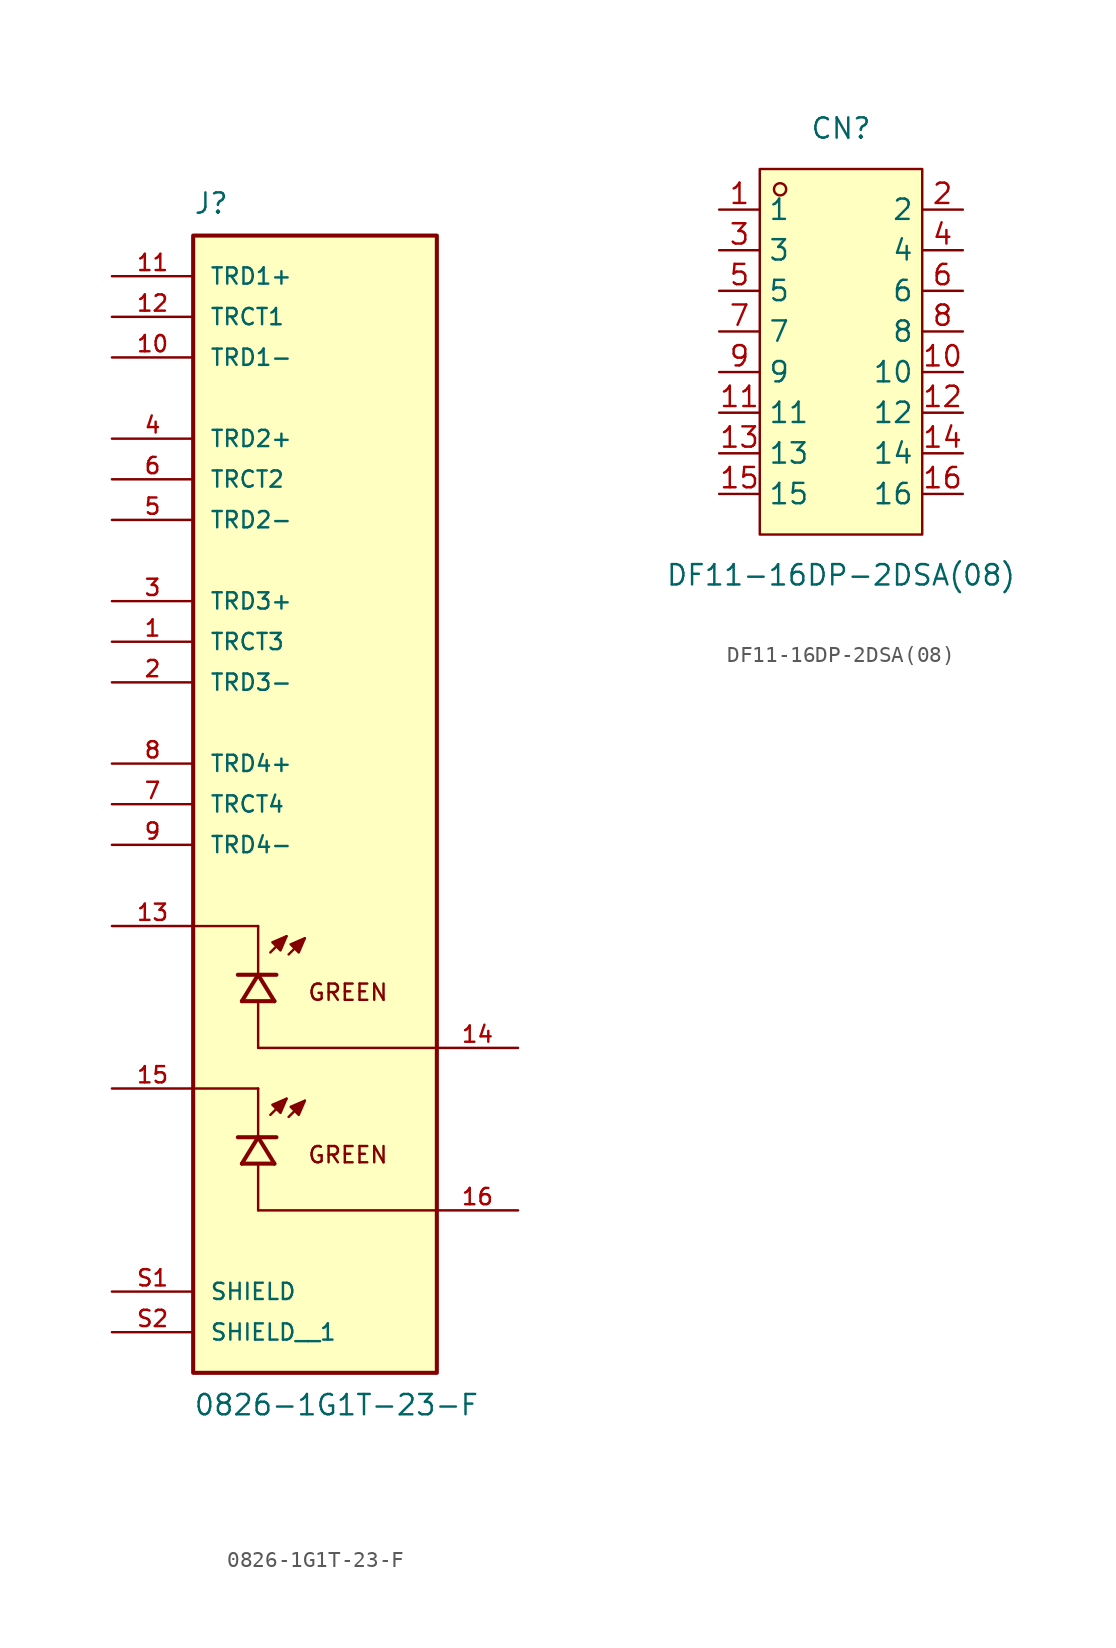
<source format=kicad_sym>
(kicad_symbol_lib
  (version 20241209)
  (generator "kicad_symbol_editor")
  (generator_version "9.0")
  (symbol "0826-1G1T-23-F"
    (pin_names
      (offset 1.016))
    (property "Reference" "J"
      (at -7.62 34.29 0)
      (effects (font (size 1.27 1.27)) (justify left bottom)))
    (property "Value" "0826-1G1T-23-F"
      (at -7.62 -39.37 0)
      (effects (font (size 1.27 1.27)) (justify left top)))
    (symbol "0826-1G1T-23-F_0_0"
      (rectangle (start -7.62 33.02) (end 7.62 -38.1) (stroke (width 0.254) (type default)) (fill (type background)))
      (polyline (pts (xy -3.556 -10.16) (xy -7.62 -10.16)) (stroke (width 0.152) (type default)) (fill (type none)))
      (polyline (pts (xy -3.556 -13.081) (xy -3.556 -10.16)) (stroke (width 0.152) (type default)) (fill (type none)))
      (polyline (pts (xy -3.556 -13.208) (xy -4.826 -13.208)) (stroke (width 0.254) (type default)) (fill (type none)))
      (polyline (pts (xy -3.556 -13.208) (xy -4.572 -14.859)) (stroke (width 0.254) (type default)) (fill (type none)))
      (polyline (pts (xy -3.556 -17.78) (xy -3.556 -14.986)) (stroke (width 0.152) (type default)) (fill (type none)))
      (polyline (pts (xy -3.556 -17.78) (xy 7.62 -17.78)) (stroke (width 0.152) (type default)) (fill (type none)))
      (polyline (pts (xy -3.556 -20.32) (xy -7.62 -20.32)) (stroke (width 0.152) (type default)) (fill (type none)))
      (polyline (pts (xy -3.556 -23.241) (xy -3.556 -20.32)) (stroke (width 0.152) (type default)) (fill (type none)))
      (polyline (pts (xy -3.556 -23.368) (xy -4.826 -23.368)) (stroke (width 0.254) (type default)) (fill (type none)))
      (polyline (pts (xy -3.556 -23.368) (xy -4.572 -25.019)) (stroke (width 0.254) (type default)) (fill (type none)))
      (polyline (pts (xy -3.556 -27.94) (xy -3.556 -25.146)) (stroke (width 0.152) (type default)) (fill (type none)))
      (polyline (pts (xy -3.556 -27.94) (xy 7.62 -27.94)) (stroke (width 0.152) (type default)) (fill (type none)))
      (polyline (pts (xy -2.794 -11.811) (xy -1.778 -10.795)) (stroke (width 0.152) (type default)) (fill (type none)))
      (polyline (pts (xy -2.794 -21.971) (xy -1.778 -20.955)) (stroke (width 0.152) (type default)) (fill (type none)))
      (polyline (pts (xy -2.54 -14.859) (xy -4.572 -14.859)) (stroke (width 0.254) (type default)) (fill (type none)))
      (polyline (pts (xy -2.54 -14.859) (xy -3.556 -13.208)) (stroke (width 0.254) (type default)) (fill (type none)))
      (polyline (pts (xy -2.54 -25.019) (xy -4.572 -25.019)) (stroke (width 0.254) (type default)) (fill (type none)))
      (polyline (pts (xy -2.54 -25.019) (xy -3.556 -23.368)) (stroke (width 0.254) (type default)) (fill (type none)))
      (polyline (pts (xy -2.413 -13.208) (xy -3.556 -13.208)) (stroke (width 0.254) (type default)) (fill (type none)))
      (polyline (pts (xy -2.413 -23.368) (xy -3.556 -23.368)) (stroke (width 0.254) (type default)) (fill (type none)))
      (polyline (pts (xy -1.778 -10.795) (xy -2.667 -11.176) (xy -2.159 -11.684) (xy -1.778 -10.795)) (stroke (width 0.152) (type default)) (fill (type outline)))
      (polyline (pts (xy -1.778 -20.955) (xy -2.667 -21.336) (xy -2.159 -21.844) (xy -1.778 -20.955)) (stroke (width 0.152) (type default)) (fill (type outline)))
      (polyline (pts (xy -1.651 -11.938) (xy -0.635 -10.922)) (stroke (width 0.152) (type default)) (fill (type none)))
      (polyline (pts (xy -1.651 -22.098) (xy -0.635 -21.082)) (stroke (width 0.152) (type default)) (fill (type none)))
      (polyline (pts (xy -0.635 -10.922) (xy -1.524 -11.303) (xy -1.016 -11.811) (xy -0.635 -10.922)) (stroke (width 0.152) (type default)) (fill (type outline)))
      (polyline (pts (xy -0.635 -21.082) (xy -1.524 -21.463) (xy -1.016 -21.971) (xy -0.635 -21.082)) (stroke (width 0.152) (type default)) (fill (type outline)))
      (text "GREEN" (at -0.508 -13.716 0) (effects (font (size 1.016 1.016)) (justify left top)))
      (text "GREEN" (at -0.508 -23.876 0) (effects (font (size 1.016 1.016)) (justify left top)))
      (pin passive line (at -12.7 30.48 0) (length 5.08) (name "TRD1+" (effects (font (size 1.016 1.016)))) (number "11" (effects (font (size 1.016 1.016)))))
      (pin passive line (at -12.7 27.94 0) (length 5.08) (name "TRCT1" (effects (font (size 1.016 1.016)))) (number "12" (effects (font (size 1.016 1.016)))))
      (pin passive line (at -12.7 25.4 0) (length 5.08) (name "TRD1-" (effects (font (size 1.016 1.016)))) (number "10" (effects (font (size 1.016 1.016)))))
      (pin passive line (at -12.7 20.32 0) (length 5.08) (name "TRD2+" (effects (font (size 1.016 1.016)))) (number "4" (effects (font (size 1.016 1.016)))))
      (pin passive line (at -12.7 17.78 0) (length 5.08) (name "TRCT2" (effects (font (size 1.016 1.016)))) (number "6" (effects (font (size 1.016 1.016)))))
      (pin passive line (at -12.7 15.24 0) (length 5.08) (name "TRD2-" (effects (font (size 1.016 1.016)))) (number "5" (effects (font (size 1.016 1.016)))))
      (pin passive line (at -12.7 10.16 0) (length 5.08) (name "TRD3+" (effects (font (size 1.016 1.016)))) (number "3" (effects (font (size 1.016 1.016)))))
      (pin passive line (at -12.7 7.62 0) (length 5.08) (name "TRCT3" (effects (font (size 1.016 1.016)))) (number "1" (effects (font (size 1.016 1.016)))))
      (pin passive line (at -12.7 5.08 0) (length 5.08) (name "TRD3-" (effects (font (size 1.016 1.016)))) (number "2" (effects (font (size 1.016 1.016)))))
      (pin passive line (at -12.7 0 0) (length 5.08) (name "TRD4+" (effects (font (size 1.016 1.016)))) (number "8" (effects (font (size 1.016 1.016)))))
      (pin passive line (at -12.7 -2.54 0) (length 5.08) (name "TRCT4" (effects (font (size 1.016 1.016)))) (number "7" (effects (font (size 1.016 1.016)))))
      (pin passive line (at -12.7 -5.08 0) (length 5.08) (name "TRD4-" (effects (font (size 1.016 1.016)))) (number "9" (effects (font (size 1.016 1.016)))))
      (pin passive line (at -12.7 -10.16 0) (length 5.08) (name "~" (effects (font (size 1.016 1.016)))) (number "13" (effects (font (size 1.016 1.016)))))
      (pin passive line (at -12.7 -20.32 0) (length 5.08) (name "~" (effects (font (size 1.016 1.016)))) (number "15" (effects (font (size 1.016 1.016)))))
      (pin passive line (at -12.7 -33.02 0) (length 5.08) (name "SHIELD" (effects (font (size 1.016 1.016)))) (number "S1" (effects (font (size 1.016 1.016)))))
      (pin passive line (at -12.7 -35.56 0) (length 5.08) (name "SHIELD__1" (effects (font (size 1.016 1.016)))) (number "S2" (effects (font (size 1.016 1.016)))))
      (pin passive line (at 12.7 -17.78 180) (length 5.08) (name "~" (effects (font (size 1.016 1.016)))) (number "14" (effects (font (size 1.016 1.016)))))
      (pin passive line (at 12.7 -27.94 180) (length 5.08) (name "~" (effects (font (size 1.016 1.016)))) (number "16" (effects (font (size 1.016 1.016)))))))
  (symbol "DF11-16DP-2DSA(08)"
    (property "Reference" "CN"
      (at 0 13.97 0)
      (effects (font (size 1.27 1.27))))
    (property "Value" "DF11-16DP-2DSA(08)"
      (at 0 -13.97 0)
      (effects (font (size 1.27 1.27))))
    (symbol "DF11-16DP-2DSA(08)_0_1"
      (rectangle (start -5.08 11.43) (end 5.08 -11.43) (stroke (width 0) (type default)) (fill (type background)))
      (circle (center -3.81 10.16) (radius 0.38) (stroke (width 0) (type default)) (fill (type none)))
      (pin unspecified line (at -7.62 8.89 0) (length 2.54) (name "1" (effects (font (size 1.27 1.27)))) (number "1" (effects (font (size 1.27 1.27)))))
      (pin unspecified line (at -7.62 6.35 0) (length 2.54) (name "3" (effects (font (size 1.27 1.27)))) (number "3" (effects (font (size 1.27 1.27)))))
      (pin unspecified line (at -7.62 3.81 0) (length 2.54) (name "5" (effects (font (size 1.27 1.27)))) (number "5" (effects (font (size 1.27 1.27)))))
      (pin unspecified line (at -7.62 1.27 0) (length 2.54) (name "7" (effects (font (size 1.27 1.27)))) (number "7" (effects (font (size 1.27 1.27)))))
      (pin unspecified line (at -7.62 -1.27 0) (length 2.54) (name "9" (effects (font (size 1.27 1.27)))) (number "9" (effects (font (size 1.27 1.27)))))
      (pin unspecified line (at -7.62 -3.81 0) (length 2.54) (name "11" (effects (font (size 1.27 1.27)))) (number "11" (effects (font (size 1.27 1.27)))))
      (pin unspecified line (at -7.62 -6.35 0) (length 2.54) (name "13" (effects (font (size 1.27 1.27)))) (number "13" (effects (font (size 1.27 1.27)))))
      (pin unspecified line (at -7.62 -8.89 0) (length 2.54) (name "15" (effects (font (size 1.27 1.27)))) (number "15" (effects (font (size 1.27 1.27)))))
      (pin unspecified line (at 7.62 8.89 180) (length 2.54) (name "2" (effects (font (size 1.27 1.27)))) (number "2" (effects (font (size 1.27 1.27)))))
      (pin unspecified line (at 7.62 6.35 180) (length 2.54) (name "4" (effects (font (size 1.27 1.27)))) (number "4" (effects (font (size 1.27 1.27)))))
      (pin unspecified line (at 7.62 3.81 180) (length 2.54) (name "6" (effects (font (size 1.27 1.27)))) (number "6" (effects (font (size 1.27 1.27)))))
      (pin unspecified line (at 7.62 1.27 180) (length 2.54) (name "8" (effects (font (size 1.27 1.27)))) (number "8" (effects (font (size 1.27 1.27)))))
      (pin unspecified line (at 7.62 -1.27 180) (length 2.54) (name "10" (effects (font (size 1.27 1.27)))) (number "10" (effects (font (size 1.27 1.27)))))
      (pin unspecified line (at 7.62 -3.81 180) (length 2.54) (name "12" (effects (font (size 1.27 1.27)))) (number "12" (effects (font (size 1.27 1.27)))))
      (pin unspecified line (at 7.62 -6.35 180) (length 2.54) (name "14" (effects (font (size 1.27 1.27)))) (number "14" (effects (font (size 1.27 1.27)))))
      (pin unspecified line (at 7.62 -8.89 180) (length 2.54) (name "16" (effects (font (size 1.27 1.27)))) (number "16" (effects (font (size 1.27 1.27))))))))
</source>
